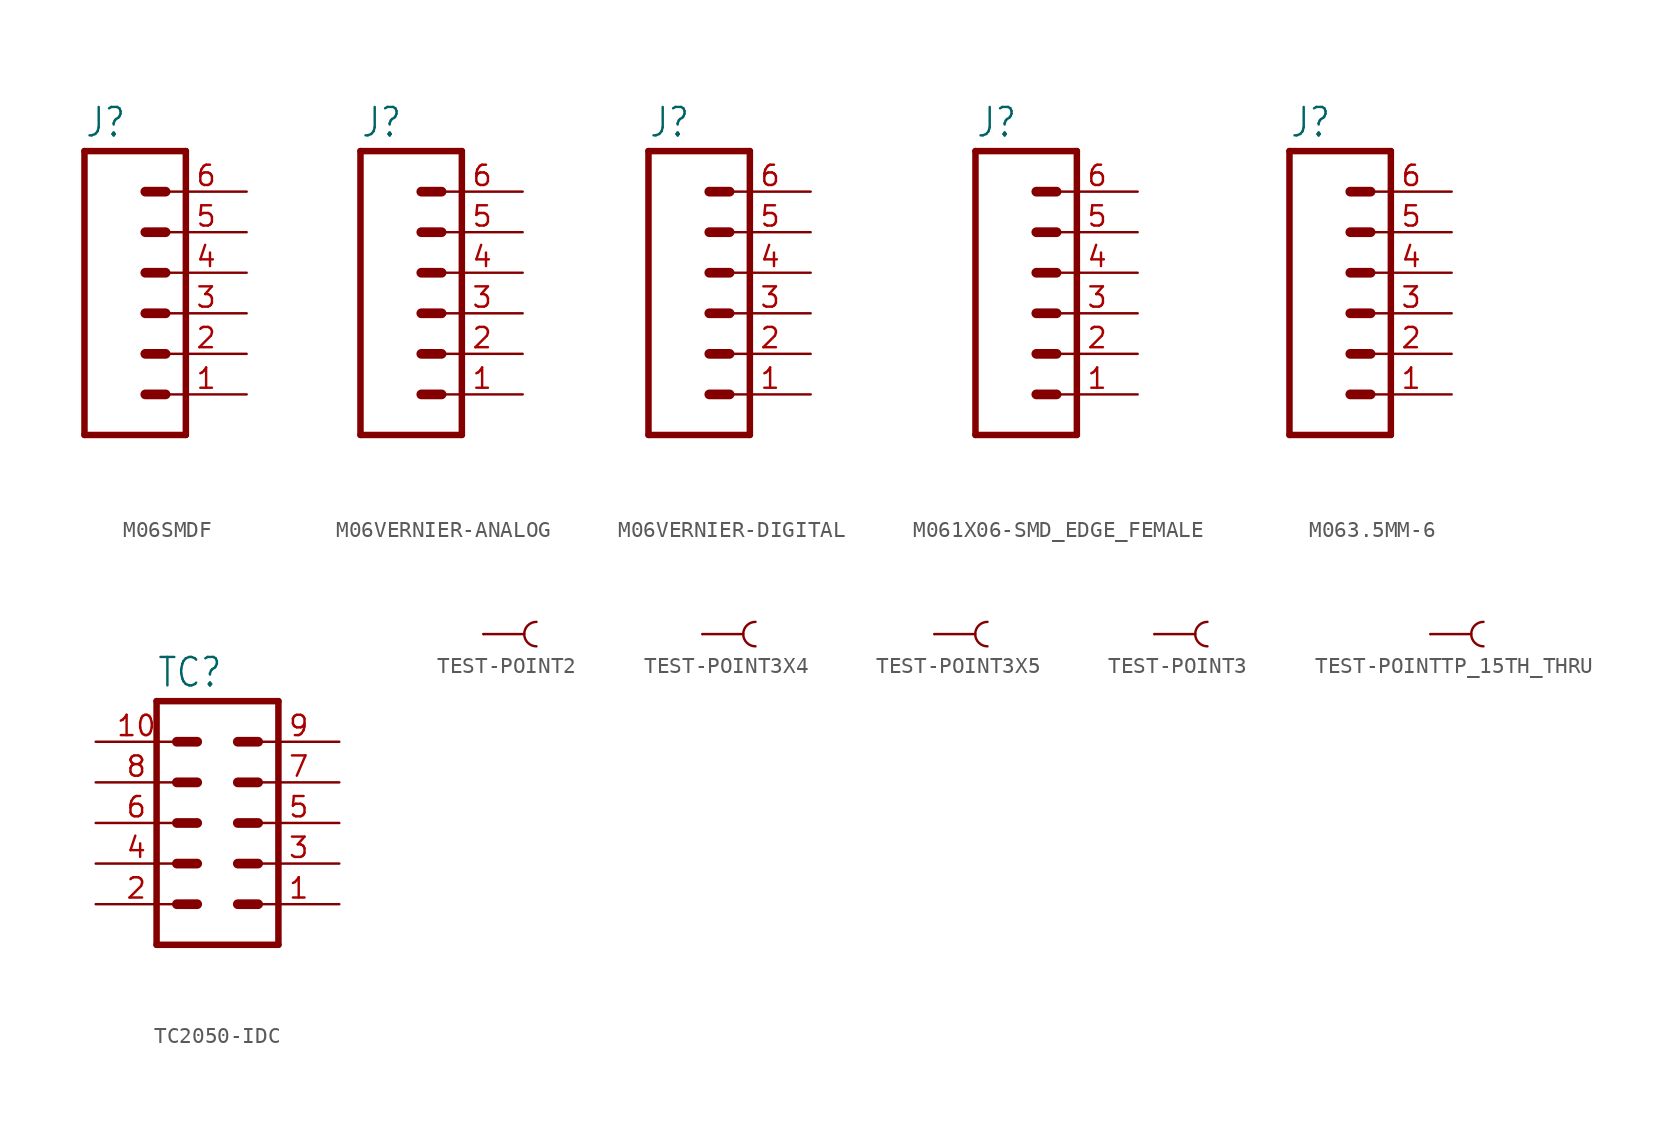
<source format=kicad_sym>
(kicad_symbol_lib
  (version 20241209)
  (generator "kicad_symbol_editor")
  (generator_version "9.0")
  (symbol "M06SMDF"
    (property "Reference" "J"
      (at -5.08 10.922 0)
      (effects (font (size 1.778 1.511)) (justify left bottom)))
    (property "Value" ""
      (at -5.08 -10.16 0)
      (effects (font (size 1.778 1.511)) (justify left bottom)))
    (property "ki_locked" ""
      (at 0 0 0)
      (effects (font (size 1.27 1.27))))
    (symbol "M06SMDF_1_0"
      (polyline (pts (xy -5.08 10.16) (xy -5.08 -7.62)) (stroke (width 0.406) (type solid)) (fill (type none)))
      (polyline (pts (xy -5.08 10.16) (xy 1.27 10.16)) (stroke (width 0.406) (type solid)) (fill (type none)))
      (polyline (pts (xy -1.27 7.62) (xy 0 7.62)) (stroke (width 0.61) (type solid)) (fill (type none)))
      (polyline (pts (xy -1.27 5.08) (xy 0 5.08)) (stroke (width 0.61) (type solid)) (fill (type none)))
      (polyline (pts (xy -1.27 2.54) (xy 0 2.54)) (stroke (width 0.61) (type solid)) (fill (type none)))
      (polyline (pts (xy -1.27 0) (xy 0 0)) (stroke (width 0.61) (type solid)) (fill (type none)))
      (polyline (pts (xy -1.27 -2.54) (xy 0 -2.54)) (stroke (width 0.61) (type solid)) (fill (type none)))
      (polyline (pts (xy -1.27 -5.08) (xy 0 -5.08)) (stroke (width 0.61) (type solid)) (fill (type none)))
      (polyline (pts (xy 1.27 -7.62) (xy -5.08 -7.62)) (stroke (width 0.406) (type solid)) (fill (type none)))
      (polyline (pts (xy 1.27 -7.62) (xy 1.27 10.16)) (stroke (width 0.406) (type solid)) (fill (type none)))
      (pin passive line (at 5.08 7.62 180) (length 5.08) (name "6" (effects (font (size 0 0)))) (number "6" (effects (font (size 1.27 1.27)))))
      (pin passive line (at 5.08 5.08 180) (length 5.08) (name "5" (effects (font (size 0 0)))) (number "5" (effects (font (size 1.27 1.27)))))
      (pin passive line (at 5.08 2.54 180) (length 5.08) (name "4" (effects (font (size 0 0)))) (number "4" (effects (font (size 1.27 1.27)))))
      (pin passive line (at 5.08 0 180) (length 5.08) (name "3" (effects (font (size 0 0)))) (number "3" (effects (font (size 1.27 1.27)))))
      (pin passive line (at 5.08 -2.54 180) (length 5.08) (name "2" (effects (font (size 0 0)))) (number "2" (effects (font (size 1.27 1.27)))))
      (pin passive line (at 5.08 -5.08 180) (length 5.08) (name "1" (effects (font (size 0 0)))) (number "1" (effects (font (size 1.27 1.27)))))))
  (symbol "M06VERNIER-ANALOG"
    (property "Reference" "J"
      (at -5.08 10.922 0)
      (effects (font (size 1.778 1.511)) (justify left bottom)))
    (property "Value" ""
      (at -5.08 -10.16 0)
      (effects (font (size 1.778 1.511)) (justify left bottom)))
    (property "ki_locked" ""
      (at 0 0 0)
      (effects (font (size 1.27 1.27))))
    (symbol "M06VERNIER-ANALOG_1_0"
      (polyline (pts (xy -5.08 10.16) (xy -5.08 -7.62)) (stroke (width 0.406) (type solid)) (fill (type none)))
      (polyline (pts (xy -5.08 10.16) (xy 1.27 10.16)) (stroke (width 0.406) (type solid)) (fill (type none)))
      (polyline (pts (xy -1.27 7.62) (xy 0 7.62)) (stroke (width 0.61) (type solid)) (fill (type none)))
      (polyline (pts (xy -1.27 5.08) (xy 0 5.08)) (stroke (width 0.61) (type solid)) (fill (type none)))
      (polyline (pts (xy -1.27 2.54) (xy 0 2.54)) (stroke (width 0.61) (type solid)) (fill (type none)))
      (polyline (pts (xy -1.27 0) (xy 0 0)) (stroke (width 0.61) (type solid)) (fill (type none)))
      (polyline (pts (xy -1.27 -2.54) (xy 0 -2.54)) (stroke (width 0.61) (type solid)) (fill (type none)))
      (polyline (pts (xy -1.27 -5.08) (xy 0 -5.08)) (stroke (width 0.61) (type solid)) (fill (type none)))
      (polyline (pts (xy 1.27 -7.62) (xy -5.08 -7.62)) (stroke (width 0.406) (type solid)) (fill (type none)))
      (polyline (pts (xy 1.27 -7.62) (xy 1.27 10.16)) (stroke (width 0.406) (type solid)) (fill (type none)))
      (pin passive line (at 5.08 7.62 180) (length 5.08) (name "6" (effects (font (size 0 0)))) (number "6" (effects (font (size 1.27 1.27)))))
      (pin passive line (at 5.08 5.08 180) (length 5.08) (name "5" (effects (font (size 0 0)))) (number "5" (effects (font (size 1.27 1.27)))))
      (pin passive line (at 5.08 2.54 180) (length 5.08) (name "4" (effects (font (size 0 0)))) (number "4" (effects (font (size 1.27 1.27)))))
      (pin passive line (at 5.08 0 180) (length 5.08) (name "3" (effects (font (size 0 0)))) (number "3" (effects (font (size 1.27 1.27)))))
      (pin passive line (at 5.08 -2.54 180) (length 5.08) (name "2" (effects (font (size 0 0)))) (number "2" (effects (font (size 1.27 1.27)))))
      (pin passive line (at 5.08 -5.08 180) (length 5.08) (name "1" (effects (font (size 0 0)))) (number "1" (effects (font (size 1.27 1.27)))))))
  (symbol "M06VERNIER-DIGITAL"
    (property "Reference" "J"
      (at -5.08 10.922 0)
      (effects (font (size 1.778 1.511)) (justify left bottom)))
    (property "Value" ""
      (at -5.08 -10.16 0)
      (effects (font (size 1.778 1.511)) (justify left bottom)))
    (property "ki_locked" ""
      (at 0 0 0)
      (effects (font (size 1.27 1.27))))
    (symbol "M06VERNIER-DIGITAL_1_0"
      (polyline (pts (xy -5.08 10.16) (xy -5.08 -7.62)) (stroke (width 0.406) (type solid)) (fill (type none)))
      (polyline (pts (xy -5.08 10.16) (xy 1.27 10.16)) (stroke (width 0.406) (type solid)) (fill (type none)))
      (polyline (pts (xy -1.27 7.62) (xy 0 7.62)) (stroke (width 0.61) (type solid)) (fill (type none)))
      (polyline (pts (xy -1.27 5.08) (xy 0 5.08)) (stroke (width 0.61) (type solid)) (fill (type none)))
      (polyline (pts (xy -1.27 2.54) (xy 0 2.54)) (stroke (width 0.61) (type solid)) (fill (type none)))
      (polyline (pts (xy -1.27 0) (xy 0 0)) (stroke (width 0.61) (type solid)) (fill (type none)))
      (polyline (pts (xy -1.27 -2.54) (xy 0 -2.54)) (stroke (width 0.61) (type solid)) (fill (type none)))
      (polyline (pts (xy -1.27 -5.08) (xy 0 -5.08)) (stroke (width 0.61) (type solid)) (fill (type none)))
      (polyline (pts (xy 1.27 -7.62) (xy -5.08 -7.62)) (stroke (width 0.406) (type solid)) (fill (type none)))
      (polyline (pts (xy 1.27 -7.62) (xy 1.27 10.16)) (stroke (width 0.406) (type solid)) (fill (type none)))
      (pin passive line (at 5.08 7.62 180) (length 5.08) (name "6" (effects (font (size 0 0)))) (number "6" (effects (font (size 1.27 1.27)))))
      (pin passive line (at 5.08 5.08 180) (length 5.08) (name "5" (effects (font (size 0 0)))) (number "5" (effects (font (size 1.27 1.27)))))
      (pin passive line (at 5.08 2.54 180) (length 5.08) (name "4" (effects (font (size 0 0)))) (number "4" (effects (font (size 1.27 1.27)))))
      (pin passive line (at 5.08 0 180) (length 5.08) (name "3" (effects (font (size 0 0)))) (number "3" (effects (font (size 1.27 1.27)))))
      (pin passive line (at 5.08 -2.54 180) (length 5.08) (name "2" (effects (font (size 0 0)))) (number "2" (effects (font (size 1.27 1.27)))))
      (pin passive line (at 5.08 -5.08 180) (length 5.08) (name "1" (effects (font (size 0 0)))) (number "1" (effects (font (size 1.27 1.27)))))))
  (symbol "M061X06-SMD_EDGE_FEMALE"
    (property "Reference" "J"
      (at -5.08 10.922 0)
      (effects (font (size 1.778 1.511)) (justify left bottom)))
    (property "Value" ""
      (at -5.08 -10.16 0)
      (effects (font (size 1.778 1.511)) (justify left bottom)))
    (property "ki_locked" ""
      (at 0 0 0)
      (effects (font (size 1.27 1.27))))
    (symbol "M061X06-SMD_EDGE_FEMALE_1_0"
      (polyline (pts (xy -5.08 10.16) (xy -5.08 -7.62)) (stroke (width 0.406) (type solid)) (fill (type none)))
      (polyline (pts (xy -5.08 10.16) (xy 1.27 10.16)) (stroke (width 0.406) (type solid)) (fill (type none)))
      (polyline (pts (xy -1.27 7.62) (xy 0 7.62)) (stroke (width 0.61) (type solid)) (fill (type none)))
      (polyline (pts (xy -1.27 5.08) (xy 0 5.08)) (stroke (width 0.61) (type solid)) (fill (type none)))
      (polyline (pts (xy -1.27 2.54) (xy 0 2.54)) (stroke (width 0.61) (type solid)) (fill (type none)))
      (polyline (pts (xy -1.27 0) (xy 0 0)) (stroke (width 0.61) (type solid)) (fill (type none)))
      (polyline (pts (xy -1.27 -2.54) (xy 0 -2.54)) (stroke (width 0.61) (type solid)) (fill (type none)))
      (polyline (pts (xy -1.27 -5.08) (xy 0 -5.08)) (stroke (width 0.61) (type solid)) (fill (type none)))
      (polyline (pts (xy 1.27 -7.62) (xy -5.08 -7.62)) (stroke (width 0.406) (type solid)) (fill (type none)))
      (polyline (pts (xy 1.27 -7.62) (xy 1.27 10.16)) (stroke (width 0.406) (type solid)) (fill (type none)))
      (pin passive line (at 5.08 7.62 180) (length 5.08) (name "6" (effects (font (size 0 0)))) (number "6" (effects (font (size 1.27 1.27)))))
      (pin passive line (at 5.08 5.08 180) (length 5.08) (name "5" (effects (font (size 0 0)))) (number "5" (effects (font (size 1.27 1.27)))))
      (pin passive line (at 5.08 2.54 180) (length 5.08) (name "4" (effects (font (size 0 0)))) (number "4" (effects (font (size 1.27 1.27)))))
      (pin passive line (at 5.08 0 180) (length 5.08) (name "3" (effects (font (size 0 0)))) (number "3" (effects (font (size 1.27 1.27)))))
      (pin passive line (at 5.08 -2.54 180) (length 5.08) (name "2" (effects (font (size 0 0)))) (number "2" (effects (font (size 1.27 1.27)))))
      (pin passive line (at 5.08 -5.08 180) (length 5.08) (name "1" (effects (font (size 0 0)))) (number "1" (effects (font (size 1.27 1.27)))))))
  (symbol "M063.5MM-6"
    (property "Reference" "J"
      (at -5.08 10.922 0)
      (effects (font (size 1.778 1.511)) (justify left bottom)))
    (property "Value" ""
      (at -5.08 -10.16 0)
      (effects (font (size 1.778 1.511)) (justify left bottom)))
    (property "ki_locked" ""
      (at 0 0 0)
      (effects (font (size 1.27 1.27))))
    (symbol "M063.5MM-6_1_0"
      (polyline (pts (xy -5.08 10.16) (xy -5.08 -7.62)) (stroke (width 0.406) (type solid)) (fill (type none)))
      (polyline (pts (xy -5.08 10.16) (xy 1.27 10.16)) (stroke (width 0.406) (type solid)) (fill (type none)))
      (polyline (pts (xy -1.27 7.62) (xy 0 7.62)) (stroke (width 0.61) (type solid)) (fill (type none)))
      (polyline (pts (xy -1.27 5.08) (xy 0 5.08)) (stroke (width 0.61) (type solid)) (fill (type none)))
      (polyline (pts (xy -1.27 2.54) (xy 0 2.54)) (stroke (width 0.61) (type solid)) (fill (type none)))
      (polyline (pts (xy -1.27 0) (xy 0 0)) (stroke (width 0.61) (type solid)) (fill (type none)))
      (polyline (pts (xy -1.27 -2.54) (xy 0 -2.54)) (stroke (width 0.61) (type solid)) (fill (type none)))
      (polyline (pts (xy -1.27 -5.08) (xy 0 -5.08)) (stroke (width 0.61) (type solid)) (fill (type none)))
      (polyline (pts (xy 1.27 -7.62) (xy -5.08 -7.62)) (stroke (width 0.406) (type solid)) (fill (type none)))
      (polyline (pts (xy 1.27 -7.62) (xy 1.27 10.16)) (stroke (width 0.406) (type solid)) (fill (type none)))
      (pin passive line (at 5.08 7.62 180) (length 5.08) (name "6" (effects (font (size 0 0)))) (number "6" (effects (font (size 1.27 1.27)))))
      (pin passive line (at 5.08 5.08 180) (length 5.08) (name "5" (effects (font (size 0 0)))) (number "5" (effects (font (size 1.27 1.27)))))
      (pin passive line (at 5.08 2.54 180) (length 5.08) (name "4" (effects (font (size 0 0)))) (number "4" (effects (font (size 1.27 1.27)))))
      (pin passive line (at 5.08 0 180) (length 5.08) (name "3" (effects (font (size 0 0)))) (number "3" (effects (font (size 1.27 1.27)))))
      (pin passive line (at 5.08 -2.54 180) (length 5.08) (name "2" (effects (font (size 0 0)))) (number "2" (effects (font (size 1.27 1.27)))))
      (pin passive line (at 5.08 -5.08 180) (length 5.08) (name "1" (effects (font (size 0 0)))) (number "1" (effects (font (size 1.27 1.27)))))))
  (symbol "TC2050-IDC"
    (property "Reference" "TC"
      (at -3.81 8.382 0)
      (effects (font (size 1.778 1.511)) (justify left bottom)))
    (property "Value" ""
      (at -3.81 -10.16 0)
      (effects (font (size 1.778 1.511)) (justify left bottom)))
    (property "ki_locked" ""
      (at 0 0 0)
      (effects (font (size 1.27 1.27))))
    (symbol "TC2050-IDC_1_0"
      (polyline (pts (xy -3.81 7.62) (xy -3.81 -7.62)) (stroke (width 0.406) (type solid)) (fill (type none)))
      (polyline (pts (xy -3.81 7.62) (xy 3.81 7.62)) (stroke (width 0.406) (type solid)) (fill (type none)))
      (polyline (pts (xy -2.54 5.08) (xy -1.27 5.08)) (stroke (width 0.61) (type solid)) (fill (type none)))
      (polyline (pts (xy -2.54 2.54) (xy -1.27 2.54)) (stroke (width 0.61) (type solid)) (fill (type none)))
      (polyline (pts (xy -2.54 0) (xy -1.27 0)) (stroke (width 0.61) (type solid)) (fill (type none)))
      (polyline (pts (xy -2.54 -2.54) (xy -1.27 -2.54)) (stroke (width 0.61) (type solid)) (fill (type none)))
      (polyline (pts (xy -2.54 -5.08) (xy -1.27 -5.08)) (stroke (width 0.61) (type solid)) (fill (type none)))
      (polyline (pts (xy 1.27 5.08) (xy 2.54 5.08)) (stroke (width 0.61) (type solid)) (fill (type none)))
      (polyline (pts (xy 1.27 2.54) (xy 2.54 2.54)) (stroke (width 0.61) (type solid)) (fill (type none)))
      (polyline (pts (xy 1.27 0) (xy 2.54 0)) (stroke (width 0.61) (type solid)) (fill (type none)))
      (polyline (pts (xy 1.27 -2.54) (xy 2.54 -2.54)) (stroke (width 0.61) (type solid)) (fill (type none)))
      (polyline (pts (xy 1.27 -5.08) (xy 2.54 -5.08)) (stroke (width 0.61) (type solid)) (fill (type none)))
      (polyline (pts (xy 3.81 -7.62) (xy -3.81 -7.62)) (stroke (width 0.406) (type solid)) (fill (type none)))
      (polyline (pts (xy 3.81 -7.62) (xy 3.81 7.62)) (stroke (width 0.406) (type solid)) (fill (type none)))
      (pin passive line (at -7.62 5.08 0) (length 5.08) (name "10" (effects (font (size 0 0)))) (number "10" (effects (font (size 1.27 1.27)))))
      (pin passive line (at -7.62 2.54 0) (length 5.08) (name "8" (effects (font (size 0 0)))) (number "8" (effects (font (size 1.27 1.27)))))
      (pin passive line (at -7.62 0 0) (length 5.08) (name "6" (effects (font (size 0 0)))) (number "6" (effects (font (size 1.27 1.27)))))
      (pin passive line (at -7.62 -2.54 0) (length 5.08) (name "4" (effects (font (size 0 0)))) (number "4" (effects (font (size 1.27 1.27)))))
      (pin passive line (at -7.62 -5.08 0) (length 5.08) (name "2" (effects (font (size 0 0)))) (number "2" (effects (font (size 1.27 1.27)))))
      (pin passive line (at 7.62 5.08 180) (length 5.08) (name "9" (effects (font (size 0 0)))) (number "9" (effects (font (size 1.27 1.27)))))
      (pin passive line (at 7.62 2.54 180) (length 5.08) (name "7" (effects (font (size 0 0)))) (number "7" (effects (font (size 1.27 1.27)))))
      (pin passive line (at 7.62 0 180) (length 5.08) (name "5" (effects (font (size 0 0)))) (number "5" (effects (font (size 1.27 1.27)))))
      (pin passive line (at 7.62 -2.54 180) (length 5.08) (name "3" (effects (font (size 0 0)))) (number "3" (effects (font (size 1.27 1.27)))))
      (pin passive line (at 7.62 -5.08 180) (length 5.08) (name "1" (effects (font (size 0 0)))) (number "1" (effects (font (size 1.27 1.27)))))))
  (symbol "TEST-POINT2"
    (property "Reference" "TP"
      (at 3.556 -0.762 0)
      (effects (font (size 1.778 1.511)) (justify left bottom) (hide yes)))
    (property "ki_locked" ""
      (at 0 0 0)
      (effects (font (size 1.27 1.27))))
    (symbol "TEST-POINT2_1_0"
      (polyline (pts (xy 2.54 0) (xy 0 0)) (stroke (width 0.152) (type solid)) (fill (type none)))
      (arc (start 3.302 -0.762) (mid 2.54 0) (end 3.302 0.762) (stroke (width 0.1524) (type solid)) (fill (type none)))
      (pin bidirectional line (at 0 0 180) (length 0) (name "1" (effects (font (size 0 0)))) (number "P$1" (effects (font (size 0 0)))))))
  (symbol "TEST-POINT3X4"
    (property "Reference" "TP"
      (at 3.556 -0.762 0)
      (effects (font (size 1.778 1.511)) (justify left bottom) (hide yes)))
    (property "ki_locked" ""
      (at 0 0 0)
      (effects (font (size 1.27 1.27))))
    (symbol "TEST-POINT3X4_1_0"
      (polyline (pts (xy 2.54 0) (xy 0 0)) (stroke (width 0.152) (type solid)) (fill (type none)))
      (arc (start 3.302 -0.762) (mid 2.54 0) (end 3.302 0.762) (stroke (width 0.1524) (type solid)) (fill (type none)))
      (pin bidirectional line (at 0 0 180) (length 0) (name "1" (effects (font (size 0 0)))) (number "P$1" (effects (font (size 0 0)))))))
  (symbol "TEST-POINT3X5"
    (property "Reference" "TP"
      (at 3.556 -0.762 0)
      (effects (font (size 1.778 1.511)) (justify left bottom) (hide yes)))
    (property "ki_locked" ""
      (at 0 0 0)
      (effects (font (size 1.27 1.27))))
    (symbol "TEST-POINT3X5_1_0"
      (polyline (pts (xy 2.54 0) (xy 0 0)) (stroke (width 0.152) (type solid)) (fill (type none)))
      (arc (start 3.302 -0.762) (mid 2.54 0) (end 3.302 0.762) (stroke (width 0.1524) (type solid)) (fill (type none)))
      (pin bidirectional line (at 0 0 180) (length 0) (name "1" (effects (font (size 0 0)))) (number "0" (effects (font (size 0 0)))))))
  (symbol "TEST-POINT3"
    (property "Reference" "TP"
      (at 3.556 -0.762 0)
      (effects (font (size 1.778 1.511)) (justify left bottom) (hide yes)))
    (property "ki_locked" ""
      (at 0 0 0)
      (effects (font (size 1.27 1.27))))
    (symbol "TEST-POINT3_1_0"
      (polyline (pts (xy 2.54 0) (xy 0 0)) (stroke (width 0.152) (type solid)) (fill (type none)))
      (arc (start 3.302 -0.762) (mid 2.54 0) (end 3.302 0.762) (stroke (width 0.1524) (type solid)) (fill (type none)))
      (pin bidirectional line (at 0 0 180) (length 0) (name "1" (effects (font (size 0 0)))) (number "P$1" (effects (font (size 0 0)))))))
  (symbol "TEST-POINTTP_15TH_THRU"
    (property "Reference" "TP"
      (at 3.556 -0.762 0)
      (effects (font (size 1.778 1.511)) (justify left bottom) (hide yes)))
    (property "ki_locked" ""
      (at 0 0 0)
      (effects (font (size 1.27 1.27))))
    (symbol "TEST-POINTTP_15TH_THRU_1_0"
      (polyline (pts (xy 2.54 0) (xy 0 0)) (stroke (width 0.152) (type solid)) (fill (type none)))
      (arc (start 3.302 -0.762) (mid 2.54 0) (end 3.302 0.762) (stroke (width 0.1524) (type solid)) (fill (type none)))
      (pin bidirectional line (at 0 0 180) (length 0) (name "1" (effects (font (size 0 0)))) (number "P$1" (effects (font (size 0 0))))))))
</source>
